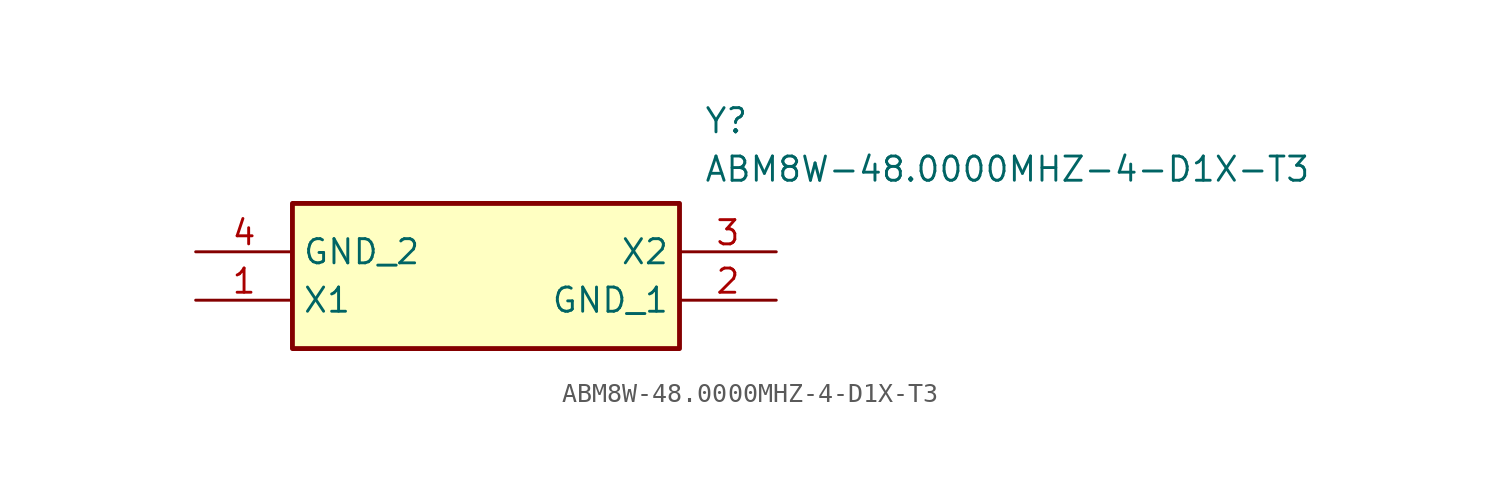
<source format=kicad_sym>
(kicad_symbol_lib
  (version 20211014)
  (generator SamacSys_ECAD_Model)
  (symbol "ABM8W-48.0000MHZ-4-D1X-T3"
    (property "Reference" "Y"
      (at 26.67 7.62 0)
      (effects (font (size 1.27 1.27)) (justify left top)))
    (property "Value" "ABM8W-48.0000MHZ-4-D1X-T3"
      (at 26.67 5.08 0)
      (effects (font (size 1.27 1.27)) (justify left top)))
    (rectangle
      (start 5.08 2.54)
      (end 25.4 -5.08)
      (stroke (width 0.254) (type default))
      (fill (type background)))
    (pin passive line
      (at 0 -2.54 0)
      (length 5.08)
      (name "X1" (effects (font (size 1.27 1.27))))
      (number "1" (effects (font (size 1.27 1.27)))))
    (pin passive line
      (at 30.48 -2.54 180)
      (length 5.08)
      (name "GND_1" (effects (font (size 1.27 1.27))))
      (number "2" (effects (font (size 1.27 1.27)))))
    (pin passive line
      (at 30.48 0 180)
      (length 5.08)
      (name "X2" (effects (font (size 1.27 1.27))))
      (number "3" (effects (font (size 1.27 1.27)))))
    (pin passive line
      (at 0 0 0)
      (length 5.08)
      (name "GND_2" (effects (font (size 1.27 1.27))))
      (number "4" (effects (font (size 1.27 1.27)))))))
</source>
